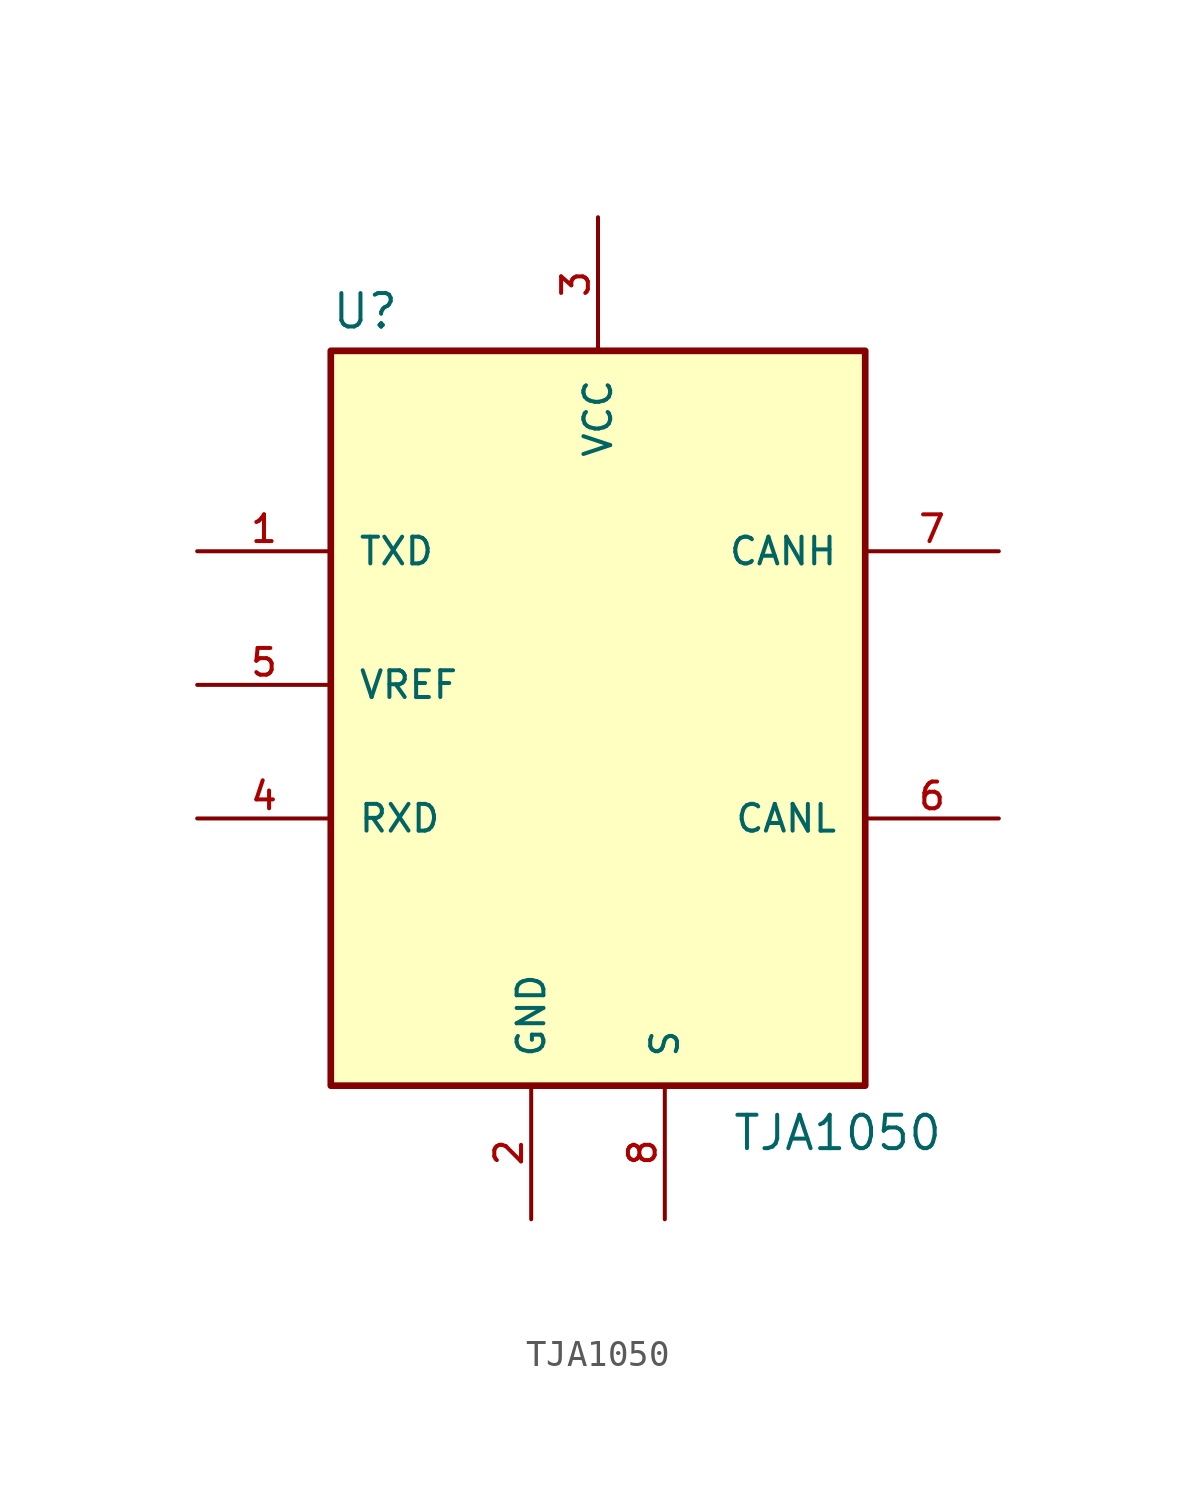
<source format=kicad_sym>
(kicad_symbol_lib
  (version 20211014)
  (generator kicad_symbol_editor)
  (symbol "TJA1050"
    (pin_names
      (offset 1.016))
    (property "Reference" "U"
      (at -10.16 13.462 0)
      (effects (font (size 1.27 1.27)) (justify bottom left)))
    (property "Value" "TJA1050"
      (at 5.08 -17.78 0)
      (effects (font (size 1.27 1.27)) (justify bottom left)))
    (symbol "TJA1050_0_0"
      (rectangle (start -10.16 -15.24) (end 10.16 12.7) (stroke (width 0.254)) (fill (type background)))
      (pin bidirectional line (at -15.24 5.08 0) (length 5.08) (name "TXD" (effects (font (size 1.016 1.016)))) (number "1" (effects (font (size 1.016 1.016)))))
      (pin bidirectional line (at -15.24 0.0 0) (length 5.08) (name "VREF" (effects (font (size 1.016 1.016)))) (number "5" (effects (font (size 1.016 1.016)))))
      (pin bidirectional line (at -15.24 -5.08 0) (length 5.08) (name "RXD" (effects (font (size 1.016 1.016)))) (number "4" (effects (font (size 1.016 1.016)))))
      (pin bidirectional line (at -2.54 -20.32 90.0) (length 5.08) (name "GND" (effects (font (size 1.016 1.016)))) (number "2" (effects (font (size 1.016 1.016)))))
      (pin bidirectional line (at 2.54 -20.32 90.0) (length 5.08) (name "S" (effects (font (size 1.016 1.016)))) (number "8" (effects (font (size 1.016 1.016)))))
      (pin bidirectional line (at 15.24 -5.08 180.0) (length 5.08) (name "CANL" (effects (font (size 1.016 1.016)))) (number "6" (effects (font (size 1.016 1.016)))))
      (pin bidirectional line (at 15.24 5.08 180.0) (length 5.08) (name "CANH" (effects (font (size 1.016 1.016)))) (number "7" (effects (font (size 1.016 1.016)))))
      (pin bidirectional line (at 0.0 17.78 270.0) (length 5.08) (name "VCC" (effects (font (size 1.016 1.016)))) (number "3" (effects (font (size 1.016 1.016))))))))
</source>
